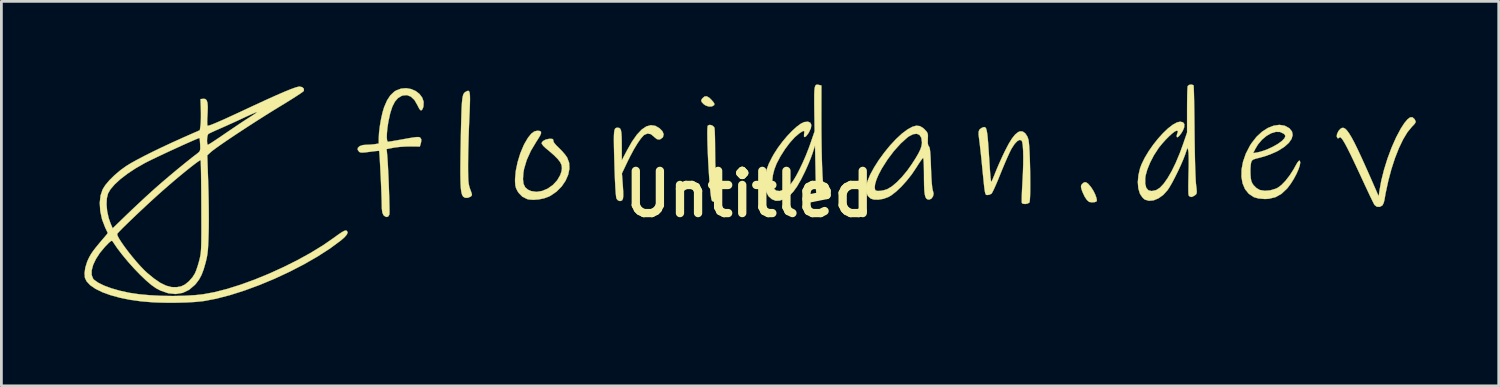
<source format=kicad_pcb>
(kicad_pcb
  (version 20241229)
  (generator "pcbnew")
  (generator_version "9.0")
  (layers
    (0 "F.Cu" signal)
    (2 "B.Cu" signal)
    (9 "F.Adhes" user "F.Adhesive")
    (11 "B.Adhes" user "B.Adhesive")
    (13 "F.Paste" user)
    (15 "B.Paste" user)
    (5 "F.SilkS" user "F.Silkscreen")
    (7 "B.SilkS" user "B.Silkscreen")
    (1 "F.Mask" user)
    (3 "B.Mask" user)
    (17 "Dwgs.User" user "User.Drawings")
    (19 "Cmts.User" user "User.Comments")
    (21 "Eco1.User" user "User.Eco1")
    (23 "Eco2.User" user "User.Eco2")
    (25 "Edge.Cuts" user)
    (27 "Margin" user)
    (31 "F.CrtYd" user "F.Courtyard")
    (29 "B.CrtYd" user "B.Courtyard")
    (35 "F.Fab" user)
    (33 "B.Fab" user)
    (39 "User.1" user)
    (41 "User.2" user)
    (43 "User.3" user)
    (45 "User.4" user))
  (footprint "Untitled"
    (layer "F.Cu")
    (at 24.025 3.96)
    (property "Reference" "Untitled" (at 0 0 0) (layer "F.SilkS") (effects (font (size 1.524 1.524) (thickness 0.3))))
    (attr through_hole)
    (fp_poly (pts (xy -1.444 -3.477) (xy -1.372 -3.408) (xy -1.292 -3.317) (xy -1.259 -3.257) (xy -1.267 -3.215) (xy -1.273 -3.208) (xy -1.352 -3.163) (xy -1.463 -3.161) (xy -1.578 -3.199) (xy -1.646 -3.246) (xy -1.718 -3.322) (xy -1.737 -3.378) (xy -1.709 -3.438) (xy -1.696 -3.453) (xy -1.618 -3.523) (xy -1.538 -3.531) (xy -1.444 -3.477)) (stroke (width 0.01) (type solid)) (fill yes) (layer "F.SilkS"))
    (fp_poly (pts (xy 12.244 -0.372) (xy 12.34 -0.26) (xy 12.363 -0.229) (xy 12.437 -0.112) (xy 12.5 0.015) (xy 12.543 0.133) (xy 12.561 0.225) (xy 12.549 0.269) (xy 12.48 0.295) (xy 12.38 0.302) (xy 12.291 0.288) (xy 12.278 0.283) (xy 12.201 0.216) (xy 12.119 0.095) (xy 12.045 -0.064) (xy 12.011 -0.156) (xy 11.987 -0.253) (xy 11.994 -0.314) (xy 12.031 -0.365) (xy 12.099 -0.421) (xy 12.167 -0.424) (xy 12.244 -0.372)) (stroke (width 0.01) (type solid)) (fill yes) (layer "F.SilkS"))
    (fp_poly (pts (xy -1.343 -2.479) (xy -1.275 -2.424) (xy -1.257 -2.386) (xy -1.25 -2.326) (xy -1.244 -2.206) (xy -1.239 -2.037) (xy -1.236 -1.833) (xy -1.234 -1.604) (xy -1.234 -1.543) (xy -1.229 -1.137) (xy -1.213 -0.764) (xy -1.189 -0.439) (xy -1.174 -0.304) (xy -1.154 -0.121) (xy -1.139 0.038) (xy -1.133 0.16) (xy -1.135 0.227) (xy -1.137 0.232) (xy -1.187 0.28) (xy -1.264 0.288) (xy -1.334 0.259) (xy -1.36 0.221) (xy -1.378 0.133) (xy -1.397 -0.012) (xy -1.417 -0.202) (xy -1.436 -0.429) (xy -1.454 -0.682) (xy -1.471 -0.951) (xy -1.486 -1.226) (xy -1.498 -1.496) (xy -1.508 -1.753) (xy -1.514 -1.985) (xy -1.516 -2.184) (xy -1.514 -2.338) (xy -1.507 -2.438) (xy -1.497 -2.473) (xy -1.427 -2.499) (xy -1.343 -2.479)) (stroke (width 0.01) (type solid)) (fill yes) (layer "F.SilkS"))
    (fp_poly (pts (xy -10.121 -3.707) (xy -10.104 -3.655) (xy -10.094 -3.565) (xy -10.091 -3.43) (xy -10.095 -3.243) (xy -10.104 -2.998) (xy -10.117 -2.694) (xy -10.13 -2.388) (xy -10.141 -2.061) (xy -10.15 -1.734) (xy -10.157 -1.428) (xy -10.16 -1.163) (xy -10.161 -1.046) (xy -10.16 -0.802) (xy -10.156 -0.616) (xy -10.15 -0.477) (xy -10.138 -0.372) (xy -10.121 -0.286) (xy -10.097 -0.207) (xy -10.081 -0.162) (xy -10.038 -0.047) (xy -10.021 0.02) (xy -10.03 0.059) (xy -10.062 0.09) (xy -10.069 0.095) (xy -10.171 0.139) (xy -10.273 0.136) (xy -10.337 0.096) (xy -10.366 0.052) (xy -10.389 -0.009) (xy -10.408 -0.094) (xy -10.422 -0.207) (xy -10.432 -0.356) (xy -10.437 -0.547) (xy -10.44 -0.784) (xy -10.438 -1.076) (xy -10.434 -1.426) (xy -10.426 -1.842) (xy -10.425 -1.923) (xy -10.417 -2.318) (xy -10.409 -2.646) (xy -10.401 -2.915) (xy -10.393 -3.131) (xy -10.382 -3.3) (xy -10.37 -3.428) (xy -10.354 -3.523) (xy -10.335 -3.59) (xy -10.311 -3.637) (xy -10.282 -3.669) (xy -10.248 -3.693) (xy -10.228 -3.704) (xy -10.183 -3.724) (xy -10.147 -3.728) (xy -10.121 -3.707)) (stroke (width 0.01) (type solid)) (fill yes) (layer "F.SilkS"))
    (fp_poly (pts (xy -3.393 -2.462) (xy -3.25 -2.381) (xy -3.139 -2.271) (xy -3.094 -2.162) (xy -3.117 -2.061) (xy -3.14 -2.031) (xy -3.233 -1.968) (xy -3.331 -1.978) (xy -3.434 -2.059) (xy -3.446 -2.073) (xy -3.557 -2.163) (xy -3.676 -2.185) (xy -3.792 -2.137) (xy -3.816 -2.118) (xy -3.917 -2.005) (xy -4.037 -1.833) (xy -4.169 -1.614) (xy -4.307 -1.356) (xy -4.393 -1.183) (xy -4.602 -0.744) (xy -4.568 -0.295) (xy -4.555 -0.082) (xy -4.553 0.068) (xy -4.564 0.167) (xy -4.591 0.224) (xy -4.636 0.249) (xy -4.684 0.254) (xy -4.751 0.225) (xy -4.795 0.172) (xy -4.81 0.108) (xy -4.825 -0.027) (xy -4.839 -0.233) (xy -4.853 -0.511) (xy -4.866 -0.86) (xy -4.873 -1.097) (xy -4.883 -1.438) (xy -4.889 -1.714) (xy -4.892 -1.93) (xy -4.891 -2.096) (xy -4.884 -2.216) (xy -4.872 -2.299) (xy -4.853 -2.352) (xy -4.828 -2.38) (xy -4.794 -2.393) (xy -4.756 -2.395) (xy -4.703 -2.388) (xy -4.663 -2.36) (xy -4.637 -2.302) (xy -4.62 -2.204) (xy -4.611 -2.056) (xy -4.607 -1.848) (xy -4.607 -1.762) (xy -4.606 -1.216) (xy -4.426 -1.56) (xy -4.24 -1.888) (xy -4.061 -2.143) (xy -3.887 -2.328) (xy -3.719 -2.442) (xy -3.554 -2.487) (xy -3.393 -2.462)) (stroke (width 0.01) (type solid)) (fill yes) (layer "F.SilkS"))
    (fp_poly (pts (xy 24.036 -2.71) (xy 24.053 -2.683) (xy 24.078 -2.629) (xy 24.076 -2.583) (xy 24.039 -2.528) (xy 23.959 -2.444) (xy 23.944 -2.428) (xy 23.785 -2.235) (xy 23.629 -1.977) (xy 23.478 -1.664) (xy 23.336 -1.304) (xy 23.206 -0.905) (xy 23.092 -0.477) (xy 22.995 -0.028) (xy 22.951 0.226) (xy 22.922 0.33) (xy 22.88 0.41) (xy 22.874 0.416) (xy 22.78 0.466) (xy 22.677 0.459) (xy 22.594 0.396) (xy 22.591 0.39) (xy 22.561 0.335) (xy 22.506 0.224) (xy 22.43 0.067) (xy 22.34 -0.124) (xy 22.239 -0.339) (xy 22.178 -0.472) (xy 21.999 -0.857) (xy 21.847 -1.18) (xy 21.72 -1.445) (xy 21.614 -1.656) (xy 21.528 -1.818) (xy 21.46 -1.933) (xy 21.407 -2.008) (xy 21.366 -2.046) (xy 21.336 -2.05) (xy 21.319 -2.033) (xy 21.275 -2.01) (xy 21.261 -2.015) (xy 21.229 -2.073) (xy 21.239 -2.165) (xy 21.288 -2.268) (xy 21.312 -2.301) (xy 21.364 -2.356) (xy 21.416 -2.387) (xy 21.47 -2.39) (xy 21.53 -2.363) (xy 21.596 -2.299) (xy 21.672 -2.197) (xy 21.76 -2.053) (xy 21.863 -1.862) (xy 21.982 -1.62) (xy 22.12 -1.325) (xy 22.28 -0.972) (xy 22.464 -0.558) (xy 22.572 -0.311) (xy 22.745 0.085) (xy 22.769 -0.094) (xy 22.837 -0.476) (xy 22.938 -0.879) (xy 23.065 -1.285) (xy 23.212 -1.679) (xy 23.374 -2.044) (xy 23.545 -2.365) (xy 23.67 -2.558) (xy 23.785 -2.698) (xy 23.882 -2.77) (xy 23.965 -2.773) (xy 24.036 -2.71)) (stroke (width 0.01) (type solid)) (fill yes) (layer "F.SilkS"))
    (fp_poly (pts (xy -7.572 -2.278) (xy -7.526 -2.25) (xy -7.524 -2.192) (xy -7.565 -2.097) (xy -7.651 -1.957) (xy -7.694 -1.892) (xy -7.892 -1.56) (xy -8.042 -1.227) (xy -8.137 -0.908) (xy -8.161 -0.768) (xy -8.177 -0.54) (xy -8.157 -0.368) (xy -8.097 -0.242) (xy -7.993 -0.154) (xy -7.882 -0.106) (xy -7.687 -0.077) (xy -7.483 -0.11) (xy -7.282 -0.195) (xy -7.098 -0.325) (xy -6.943 -0.491) (xy -6.83 -0.684) (xy -6.783 -0.826) (xy -6.769 -0.938) (xy -6.783 -1.043) (xy -6.831 -1.149) (xy -6.92 -1.265) (xy -7.055 -1.4) (xy -7.242 -1.563) (xy -7.343 -1.645) (xy -7.441 -1.736) (xy -7.496 -1.81) (xy -7.504 -1.844) (xy -7.457 -1.911) (xy -7.36 -1.965) (xy -7.235 -1.993) (xy -7.191 -1.995) (xy -7.109 -1.988) (xy -7.081 -1.957) (xy -7.082 -1.929) (xy -7.06 -1.862) (xy -6.978 -1.762) (xy -6.884 -1.67) (xy -6.766 -1.552) (xy -6.658 -1.427) (xy -6.582 -1.32) (xy -6.58 -1.318) (xy -6.509 -1.128) (xy -6.498 -0.917) (xy -6.543 -0.697) (xy -6.638 -0.479) (xy -6.779 -0.272) (xy -6.961 -0.089) (xy -7.179 0.061) (xy -7.239 0.092) (xy -7.409 0.155) (xy -7.606 0.196) (xy -7.803 0.211) (xy -7.972 0.198) (xy -8.022 0.185) (xy -8.2 0.097) (xy -8.335 -0.042) (xy -8.381 -0.116) (xy -8.429 -0.214) (xy -8.454 -0.317) (xy -8.463 -0.449) (xy -8.463 -0.542) (xy -8.437 -0.833) (xy -8.371 -1.151) (xy -8.273 -1.47) (xy -8.151 -1.761) (xy -8.121 -1.82) (xy -7.995 -2.033) (xy -7.878 -2.178) (xy -7.767 -2.261) (xy -7.661 -2.286) (xy -7.572 -2.278)) (stroke (width 0.01) (type solid)) (fill yes) (layer "F.SilkS"))
    (fp_poly (pts (xy 19.347 -2.468) (xy 19.514 -2.378) (xy 19.523 -2.37) (xy 19.613 -2.256) (xy 19.636 -2.128) (xy 19.596 -1.989) (xy 19.496 -1.847) (xy 19.339 -1.706) (xy 19.128 -1.571) (xy 19.034 -1.523) (xy 18.855 -1.445) (xy 18.654 -1.372) (xy 18.471 -1.318) (xy 18.453 -1.313) (xy 18.31 -1.278) (xy 18.222 -1.249) (xy 18.172 -1.216) (xy 18.146 -1.17) (xy 18.132 -1.122) (xy 18.118 -1.023) (xy 18.11 -0.882) (xy 18.112 -0.729) (xy 18.112 -0.723) (xy 18.123 -0.569) (xy 18.144 -0.463) (xy 18.181 -0.38) (xy 18.224 -0.318) (xy 18.326 -0.217) (xy 18.443 -0.148) (xy 18.456 -0.144) (xy 18.633 -0.116) (xy 18.834 -0.134) (xy 19.029 -0.193) (xy 19.096 -0.225) (xy 19.232 -0.326) (xy 19.381 -0.481) (xy 19.531 -0.674) (xy 19.671 -0.893) (xy 19.723 -0.988) (xy 19.799 -1.122) (xy 19.853 -1.193) (xy 19.889 -1.206) (xy 19.894 -1.202) (xy 19.911 -1.138) (xy 19.892 -1.027) (xy 19.843 -0.882) (xy 19.769 -0.717) (xy 19.676 -0.544) (xy 19.57 -0.376) (xy 19.458 -0.225) (xy 19.431 -0.193) (xy 19.231 -0.005) (xy 19.016 0.115) (xy 18.775 0.173) (xy 18.635 0.181) (xy 18.402 0.162) (xy 18.233 0.114) (xy 18.052 -0.006) (xy 17.916 -0.174) (xy 17.827 -0.382) (xy 17.785 -0.622) (xy 17.79 -0.887) (xy 17.843 -1.167) (xy 17.943 -1.456) (xy 17.954 -1.477) (xy 18.209 -1.477) (xy 18.361 -1.502) (xy 18.477 -1.53) (xy 18.624 -1.577) (xy 18.735 -1.62) (xy 18.936 -1.715) (xy 19.113 -1.817) (xy 19.251 -1.919) (xy 19.337 -2.01) (xy 19.346 -2.025) (xy 19.372 -2.093) (xy 19.351 -2.143) (xy 19.308 -2.181) (xy 19.179 -2.242) (xy 19.026 -2.245) (xy 18.859 -2.195) (xy 18.689 -2.098) (xy 18.526 -1.961) (xy 18.381 -1.788) (xy 18.287 -1.631) (xy 18.209 -1.477) (xy 17.954 -1.477) (xy 18.092 -1.745) (xy 18.153 -1.84) (xy 18.332 -2.068) (xy 18.53 -2.251) (xy 18.74 -2.386) (xy 18.951 -2.469) (xy 19.157 -2.498) (xy 19.347 -2.468)) (stroke (width 0.01) (type solid)) (fill yes) (layer "F.SilkS"))
    (fp_poly (pts (xy 6.167 -2.453) (xy 6.289 -2.378) (xy 6.334 -2.336) (xy 6.406 -2.259) (xy 6.444 -2.195) (xy 6.457 -2.116) (xy 6.453 -1.995) (xy 6.453 -1.982) (xy 6.451 -1.839) (xy 6.467 -1.753) (xy 6.492 -1.72) (xy 6.511 -1.689) (xy 6.526 -1.624) (xy 6.539 -1.518) (xy 6.55 -1.36) (xy 6.56 -1.145) (xy 6.567 -0.94) (xy 6.579 -0.641) (xy 6.594 -0.406) (xy 6.611 -0.236) (xy 6.629 -0.135) (xy 6.637 -0.115) (xy 6.661 -0.014) (xy 6.64 0.085) (xy 6.585 0.164) (xy 6.507 0.203) (xy 6.446 0.196) (xy 6.401 0.167) (xy 6.367 0.111) (xy 6.343 0.019) (xy 6.327 -0.115) (xy 6.318 -0.302) (xy 6.314 -0.55) (xy 6.314 -0.655) (xy 6.312 -0.863) (xy 6.308 -1.044) (xy 6.301 -1.186) (xy 6.292 -1.277) (xy 6.283 -1.306) (xy 6.254 -1.277) (xy 6.195 -1.198) (xy 6.116 -1.081) (xy 6.024 -0.937) (xy 6.023 -0.934) (xy 5.865 -0.701) (xy 5.684 -0.474) (xy 5.495 -0.265) (xy 5.307 -0.087) (xy 5.133 0.048) (xy 5.028 0.109) (xy 4.85 0.174) (xy 4.668 0.205) (xy 4.504 0.202) (xy 4.387 0.165) (xy 4.283 0.067) (xy 4.225 -0.078) (xy 4.22 -0.228) (xy 4.532 -0.228) (xy 4.552 -0.143) (xy 4.56 -0.133) (xy 4.624 -0.111) (xy 4.733 -0.112) (xy 4.862 -0.135) (xy 4.987 -0.175) (xy 5.001 -0.182) (xy 5.158 -0.277) (xy 5.336 -0.428) (xy 5.523 -0.621) (xy 5.71 -0.847) (xy 5.863 -1.062) (xy 6.007 -1.285) (xy 6.111 -1.462) (xy 6.181 -1.605) (xy 6.222 -1.725) (xy 6.239 -1.833) (xy 6.24 -1.87) (xy 6.218 -2.029) (xy 6.154 -2.132) (xy 6.054 -2.176) (xy 5.924 -2.161) (xy 5.771 -2.084) (xy 5.709 -2.038) (xy 5.47 -1.822) (xy 5.228 -1.553) (xy 4.999 -1.25) (xy 4.796 -0.932) (xy 4.677 -0.709) (xy 4.597 -0.524) (xy 4.548 -0.36) (xy 4.532 -0.228) (xy 4.22 -0.228) (xy 4.219 -0.255) (xy 4.221 -0.269) (xy 4.273 -0.469) (xy 4.372 -0.703) (xy 4.512 -0.96) (xy 4.683 -1.228) (xy 4.878 -1.496) (xy 5.087 -1.752) (xy 5.304 -1.985) (xy 5.519 -2.184) (xy 5.712 -2.328) (xy 5.89 -2.428) (xy 6.038 -2.469) (xy 6.167 -2.453)) (stroke (width 0.01) (type solid)) (fill yes) (layer "F.SilkS"))
    (fp_poly (pts (xy 8.531 -2.405) (xy 8.558 -2.366) (xy 8.58 -2.293) (xy 8.599 -2.182) (xy 8.617 -2.024) (xy 8.634 -1.815) (xy 8.653 -1.547) (xy 8.674 -1.215) (xy 8.678 -1.152) (xy 8.692 -0.933) (xy 8.706 -0.741) (xy 8.72 -0.588) (xy 8.732 -0.483) (xy 8.741 -0.437) (xy 8.742 -0.436) (xy 8.763 -0.468) (xy 8.803 -0.553) (xy 8.854 -0.677) (xy 8.884 -0.754) (xy 8.948 -0.91) (xy 9.033 -1.107) (xy 9.129 -1.32) (xy 9.226 -1.525) (xy 9.234 -1.542) (xy 9.371 -1.806) (xy 9.493 -2.005) (xy 9.605 -2.146) (xy 9.711 -2.233) (xy 9.782 -2.264) (xy 9.88 -2.259) (xy 9.973 -2.193) (xy 10.049 -2.078) (xy 10.088 -1.968) (xy 10.102 -1.876) (xy 10.116 -1.729) (xy 10.127 -1.539) (xy 10.137 -1.317) (xy 10.144 -1.074) (xy 10.15 -0.821) (xy 10.153 -0.568) (xy 10.154 -0.328) (xy 10.153 -0.111) (xy 10.148 0.073) (xy 10.14 0.211) (xy 10.13 0.293) (xy 10.123 0.309) (xy 10.058 0.347) (xy 9.968 0.362) (xy 9.886 0.351) (xy 9.851 0.326) (xy 9.846 0.28) (xy 9.846 0.173) (xy 9.85 0.017) (xy 9.858 -0.176) (xy 9.87 -0.394) (xy 9.871 -0.415) (xy 9.889 -0.758) (xy 9.899 -1.072) (xy 9.901 -1.348) (xy 9.896 -1.579) (xy 9.883 -1.759) (xy 9.863 -1.88) (xy 9.84 -1.931) (xy 9.772 -1.955) (xy 9.688 -1.913) (xy 9.591 -1.812) (xy 9.487 -1.654) (xy 9.465 -1.615) (xy 9.407 -1.498) (xy 9.33 -1.329) (xy 9.241 -1.126) (xy 9.148 -0.904) (xy 9.068 -0.708) (xy 8.985 -0.502) (xy 8.906 -0.318) (xy 8.838 -0.167) (xy 8.785 -0.061) (xy 8.753 -0.01) (xy 8.752 -0.009) (xy 8.669 0.028) (xy 8.613 0.036) (xy 8.584 0.036) (xy 8.562 0.03) (xy 8.543 0.01) (xy 8.527 -0.031) (xy 8.512 -0.102) (xy 8.496 -0.209) (xy 8.479 -0.362) (xy 8.458 -0.568) (xy 8.431 -0.834) (xy 8.417 -0.98) (xy 8.393 -1.227) (xy 8.368 -1.464) (xy 8.344 -1.678) (xy 8.324 -1.852) (xy 8.308 -1.973) (xy 8.306 -1.99) (xy 8.286 -2.153) (xy 8.291 -2.262) (xy 8.323 -2.333) (xy 8.387 -2.381) (xy 8.408 -2.392) (xy 8.457 -2.412) (xy 8.498 -2.418) (xy 8.531 -2.405)) (stroke (width 0.01) (type solid)) (fill yes) (layer "F.SilkS"))
    (fp_poly (pts (xy 2.502 -3.945) (xy 2.517 -3.942) (xy 2.608 -3.919) (xy 2.606 -2.622) (xy 2.607 -2.285) (xy 2.611 -1.939) (xy 2.616 -1.599) (xy 2.623 -1.279) (xy 2.632 -0.994) (xy 2.642 -0.759) (xy 2.647 -0.659) (xy 2.662 -0.423) (xy 2.671 -0.25) (xy 2.674 -0.127) (xy 2.672 -0.046) (xy 2.662 0.005) (xy 2.646 0.036) (xy 2.624 0.058) (xy 2.54 0.095) (xy 2.486 0.099) (xy 2.463 0.094) (xy 2.446 0.078) (xy 2.432 0.043) (xy 2.422 -0.019) (xy 2.414 -0.117) (xy 2.408 -0.259) (xy 2.403 -0.454) (xy 2.397 -0.709) (xy 2.395 -0.832) (xy 2.377 -1.754) (xy 2.291 -1.485) (xy 2.239 -1.339) (xy 2.166 -1.155) (xy 2.081 -0.958) (xy 2.014 -0.811) (xy 1.864 -0.51) (xy 1.726 -0.272) (xy 1.594 -0.088) (xy 1.462 0.05) (xy 1.323 0.149) (xy 1.252 0.186) (xy 1.089 0.242) (xy 0.951 0.243) (xy 0.819 0.189) (xy 0.814 0.186) (xy 0.694 0.079) (xy 0.615 -0.071) (xy 0.575 -0.274) (xy 0.568 -0.454) (xy 0.582 -0.671) (xy 0.626 -0.878) (xy 0.706 -1.092) (xy 0.827 -1.332) (xy 0.895 -1.452) (xy 1.036 -1.671) (xy 1.198 -1.888) (xy 1.371 -2.094) (xy 1.546 -2.278) (xy 1.713 -2.43) (xy 1.862 -2.54) (xy 1.984 -2.599) (xy 1.987 -2.599) (xy 2.121 -2.613) (xy 2.207 -2.576) (xy 2.243 -2.495) (xy 2.226 -2.375) (xy 2.154 -2.223) (xy 2.14 -2.2) (xy 2.065 -2.098) (xy 2.009 -2.056) (xy 1.979 -2.074) (xy 1.979 -2.154) (xy 1.983 -2.179) (xy 1.992 -2.254) (xy 1.97 -2.28) (xy 1.911 -2.258) (xy 1.814 -2.195) (xy 1.646 -2.053) (xy 1.468 -1.856) (xy 1.291 -1.62) (xy 1.125 -1.359) (xy 0.99 -1.103) (xy 0.908 -0.893) (xy 0.854 -0.681) (xy 0.832 -0.483) (xy 0.843 -0.315) (xy 0.885 -0.2) (xy 0.973 -0.123) (xy 1.09 -0.106) (xy 1.227 -0.146) (xy 1.375 -0.242) (xy 1.504 -0.366) (xy 1.592 -0.484) (xy 1.696 -0.658) (xy 1.81 -0.875) (xy 1.928 -1.122) (xy 2.043 -1.385) (xy 2.148 -1.652) (xy 2.212 -1.83) (xy 2.361 -2.264) (xy 2.35 -3.071) (xy 2.348 -3.352) (xy 2.348 -3.568) (xy 2.353 -3.727) (xy 2.365 -3.837) (xy 2.384 -3.906) (xy 2.412 -3.942) (xy 2.451 -3.952) (xy 2.502 -3.945)) (stroke (width 0.01) (type solid)) (fill yes) (layer "F.SilkS"))
    (fp_poly (pts (xy -12.217 -3.792) (xy -12.053 -3.72) (xy -11.917 -3.615) (xy -11.818 -3.483) (xy -11.766 -3.331) (xy -11.773 -3.166) (xy -11.792 -3.105) (xy -11.831 -3.032) (xy -11.874 -3.022) (xy -11.924 -3.078) (xy -11.987 -3.202) (xy -11.988 -3.205) (xy -12.096 -3.393) (xy -12.224 -3.516) (xy -12.367 -3.573) (xy -12.521 -3.559) (xy -12.563 -3.544) (xy -12.695 -3.464) (xy -12.805 -3.337) (xy -12.897 -3.158) (xy -12.974 -2.92) (xy -13.04 -2.617) (xy -13.045 -2.588) (xy -13.077 -2.375) (xy -13.094 -2.188) (xy -13.098 -2.037) (xy -13.087 -1.933) (xy -13.062 -1.888) (xy -13.055 -1.887) (xy -13.006 -1.893) (xy -12.899 -1.91) (xy -12.748 -1.936) (xy -12.566 -1.968) (xy -12.474 -1.985) (xy -12.265 -2.022) (xy -12.114 -2.046) (xy -12.012 -2.058) (xy -11.947 -2.058) (xy -11.906 -2.046) (xy -11.884 -2.03) (xy -11.851 -1.974) (xy -11.855 -1.894) (xy -11.866 -1.845) (xy -11.903 -1.715) (xy -12.238 -1.719) (xy -12.429 -1.715) (xy -12.632 -1.701) (xy -12.809 -1.68) (xy -12.839 -1.675) (xy -13.104 -1.625) (xy -13.083 -1.402) (xy -13.072 -1.259) (xy -13.06 -1.07) (xy -13.049 -0.849) (xy -13.037 -0.607) (xy -13.027 -0.354) (xy -13.018 -0.103) (xy -13.01 0.136) (xy -13.005 0.351) (xy -13.001 0.53) (xy -13.001 0.663) (xy -13.004 0.737) (xy -13.006 0.746) (xy -13.05 0.817) (xy -13.12 0.831) (xy -13.197 0.786) (xy -13.224 0.754) (xy -13.26 0.664) (xy -13.278 0.518) (xy -13.28 0.4) (xy -13.282 0.286) (xy -13.287 0.125) (xy -13.294 -0.072) (xy -13.303 -0.292) (xy -13.313 -0.525) (xy -13.325 -0.759) (xy -13.336 -0.983) (xy -13.347 -1.185) (xy -13.357 -1.354) (xy -13.366 -1.479) (xy -13.373 -1.547) (xy -13.376 -1.557) (xy -13.415 -1.558) (xy -13.509 -1.55) (xy -13.641 -1.534) (xy -13.714 -1.524) (xy -13.879 -1.503) (xy -13.988 -1.496) (xy -14.055 -1.503) (xy -14.096 -1.523) (xy -14.151 -1.599) (xy -14.142 -1.67) (xy -14.076 -1.73) (xy -13.963 -1.768) (xy -13.849 -1.778) (xy -13.708 -1.783) (xy -13.571 -1.795) (xy -13.525 -1.801) (xy -13.389 -1.824) (xy -13.389 -2.01) (xy -13.378 -2.217) (xy -13.348 -2.461) (xy -13.304 -2.715) (xy -13.251 -2.951) (xy -13.196 -3.133) (xy -13.09 -3.379) (xy -12.97 -3.564) (xy -12.83 -3.696) (xy -12.763 -3.739) (xy -12.582 -3.808) (xy -12.396 -3.824) (xy -12.217 -3.792)) (stroke (width 0.01) (type solid)) (fill yes) (layer "F.SilkS"))
    (fp_poly (pts (xy 16.039 -3.937) (xy 16.056 -3.92) (xy 16.06 -3.878) (xy 16.065 -3.77) (xy 16.07 -3.605) (xy 16.075 -3.39) (xy 16.08 -3.132) (xy 16.084 -2.84) (xy 16.088 -2.519) (xy 16.09 -2.278) (xy 16.094 -1.914) (xy 16.1 -1.566) (xy 16.106 -1.243) (xy 16.114 -0.954) (xy 16.123 -0.707) (xy 16.132 -0.512) (xy 16.141 -0.378) (xy 16.145 -0.345) (xy 16.164 -0.189) (xy 16.171 -0.09) (xy 16.166 -0.028) (xy 16.146 0.011) (xy 16.11 0.044) (xy 16.108 0.045) (xy 16.027 0.093) (xy 15.966 0.109) (xy 15.899 0.079) (xy 15.876 0.045) (xy 15.87 -0.009) (xy 15.866 -0.124) (xy 15.865 -0.287) (xy 15.868 -0.486) (xy 15.873 -0.707) (xy 15.873 -0.726) (xy 15.879 -0.954) (xy 15.881 -1.164) (xy 15.879 -1.344) (xy 15.874 -1.478) (xy 15.867 -1.555) (xy 15.866 -1.556) (xy 15.837 -1.679) (xy 15.752 -1.429) (xy 15.686 -1.256) (xy 15.597 -1.05) (xy 15.494 -0.828) (xy 15.385 -0.608) (xy 15.279 -0.406) (xy 15.183 -0.24) (xy 15.114 -0.137) (xy 14.959 0.034) (xy 14.787 0.157) (xy 14.611 0.23) (xy 14.442 0.246) (xy 14.292 0.201) (xy 14.291 0.201) (xy 14.218 0.136) (xy 14.144 0.034) (xy 14.114 -0.02) (xy 14.058 -0.205) (xy 14.041 -0.431) (xy 14.063 -0.679) (xy 14.122 -0.929) (xy 14.174 -1.07) (xy 14.289 -1.305) (xy 14.432 -1.544) (xy 14.596 -1.779) (xy 14.773 -2.001) (xy 14.954 -2.201) (xy 15.133 -2.371) (xy 15.302 -2.502) (xy 15.452 -2.585) (xy 15.569 -2.613) (xy 15.675 -2.59) (xy 15.723 -2.523) (xy 15.716 -2.41) (xy 15.712 -2.397) (xy 15.673 -2.3) (xy 15.614 -2.199) (xy 15.549 -2.113) (xy 15.491 -2.058) (xy 15.457 -2.051) (xy 15.443 -2.097) (xy 15.459 -2.163) (xy 15.488 -2.244) (xy 15.486 -2.278) (xy 15.449 -2.286) (xy 15.437 -2.286) (xy 15.378 -2.26) (xy 15.285 -2.189) (xy 15.17 -2.085) (xy 15.045 -1.959) (xy 14.923 -1.823) (xy 14.814 -1.69) (xy 14.784 -1.648) (xy 14.623 -1.4) (xy 14.488 -1.141) (xy 14.385 -0.89) (xy 14.322 -0.665) (xy 14.31 -0.578) (xy 14.308 -0.37) (xy 14.346 -0.222) (xy 14.424 -0.133) (xy 14.542 -0.106) (xy 14.699 -0.139) (xy 14.71 -0.144) (xy 14.837 -0.224) (xy 14.975 -0.37) (xy 15.119 -0.574) (xy 15.267 -0.831) (xy 15.415 -1.135) (xy 15.559 -1.479) (xy 15.673 -1.791) (xy 15.821 -2.221) (xy 15.821 -3.031) (xy 15.822 -3.269) (xy 15.824 -3.484) (xy 15.828 -3.666) (xy 15.834 -3.803) (xy 15.84 -3.883) (xy 15.843 -3.898) (xy 15.891 -3.94) (xy 15.969 -3.955) (xy 16.039 -3.937)) (stroke (width 0.01) (type solid)) (fill yes) (layer "F.SilkS"))
    (fp_poly (pts (xy -16.155 -3.861) (xy -16.097 -3.806) (xy -16.094 -3.734) (xy -16.1 -3.721) (xy -16.139 -3.688) (xy -16.231 -3.623) (xy -16.369 -3.533) (xy -16.543 -3.422) (xy -16.745 -3.296) (xy -16.947 -3.173) (xy -17.209 -3.013) (xy -17.489 -2.838) (xy -17.778 -2.655) (xy -18.069 -2.468) (xy -18.353 -2.283) (xy -18.622 -2.105) (xy -18.869 -1.939) (xy -19.084 -1.791) (xy -19.261 -1.666) (xy -19.391 -1.57) (xy -19.456 -1.516) (xy -19.585 -1.397) (xy -19.551 -0.399) (xy -19.542 -0.083) (xy -19.535 0.259) (xy -19.531 0.606) (xy -19.53 0.935) (xy -19.532 1.225) (xy -19.535 1.361) (xy -19.543 1.633) (xy -19.552 1.848) (xy -19.563 2.02) (xy -19.579 2.162) (xy -19.601 2.29) (xy -19.63 2.419) (xy -19.643 2.471) (xy -19.716 2.725) (xy -19.792 2.924) (xy -19.88 3.088) (xy -19.99 3.235) (xy -20.035 3.286) (xy -20.243 3.463) (xy -20.474 3.573) (xy -20.724 3.614) (xy -20.991 3.588) (xy -21.269 3.493) (xy -21.432 3.408) (xy -21.596 3.294) (xy -21.789 3.13) (xy -22.001 2.928) (xy -22.223 2.699) (xy -22.443 2.453) (xy -22.652 2.202) (xy -22.84 1.956) (xy -22.995 1.728) (xy -23.009 1.705) (xy -23.034 1.689) (xy -23.077 1.708) (xy -23.147 1.769) (xy -23.252 1.877) (xy -23.279 1.905) (xy -23.465 2.128) (xy -23.609 2.35) (xy -23.709 2.561) (xy -23.761 2.755) (xy -23.764 2.922) (xy -23.714 3.055) (xy -23.675 3.101) (xy -23.526 3.206) (xy -23.315 3.31) (xy -23.052 3.407) (xy -22.747 3.495) (xy -22.41 3.569) (xy -22.397 3.571) (xy -22.061 3.621) (xy -21.673 3.657) (xy -21.255 3.679) (xy -20.826 3.686) (xy -20.405 3.677) (xy -20.014 3.654) (xy -19.739 3.624) (xy -19.326 3.548) (xy -18.869 3.431) (xy -18.379 3.277) (xy -17.868 3.091) (xy -17.348 2.878) (xy -16.83 2.642) (xy -16.325 2.39) (xy -15.845 2.125) (xy -15.401 1.853) (xy -15.022 1.591) (xy -14.85 1.466) (xy -14.725 1.382) (xy -14.638 1.335) (xy -14.581 1.318) (xy -14.55 1.325) (xy -14.512 1.381) (xy -14.539 1.462) (xy -14.631 1.569) (xy -14.759 1.68) (xy -15.154 1.972) (xy -15.602 2.26) (xy -16.092 2.541) (xy -16.613 2.81) (xy -17.152 3.061) (xy -17.699 3.289) (xy -18.24 3.488) (xy -18.766 3.655) (xy -19.263 3.784) (xy -19.721 3.87) (xy -19.794 3.879) (xy -20.035 3.902) (xy -20.328 3.919) (xy -20.655 3.928) (xy -20.996 3.93) (xy -21.331 3.923) (xy -21.536 3.915) (xy -21.965 3.88) (xy -22.37 3.824) (xy -22.744 3.748) (xy -23.082 3.655) (xy -23.378 3.548) (xy -23.624 3.427) (xy -23.816 3.295) (xy -23.947 3.155) (xy -24.007 3.027) (xy -24.02 2.858) (xy -23.991 2.656) (xy -23.923 2.44) (xy -23.885 2.355) (xy -23.835 2.255) (xy -23.779 2.16) (xy -23.709 2.058) (xy -23.617 1.938) (xy -23.494 1.788) (xy -23.332 1.596) (xy -23.318 1.58) (xy -23.2 1.441) (xy -22.84 1.441) (xy -22.83 1.5) (xy -22.778 1.603) (xy -22.691 1.74) (xy -22.578 1.902) (xy -22.445 2.08) (xy -22.299 2.263) (xy -22.149 2.443) (xy -22 2.61) (xy -21.861 2.754) (xy -21.768 2.842) (xy -21.508 3.056) (xy -21.279 3.212) (xy -21.071 3.313) (xy -20.876 3.364) (xy -20.686 3.367) (xy -20.526 3.336) (xy -20.391 3.27) (xy -20.249 3.155) (xy -20.119 3.008) (xy -20.031 2.868) (xy -19.987 2.764) (xy -19.936 2.616) (xy -19.888 2.452) (xy -19.875 2.404) (xy -19.856 2.327) (xy -19.84 2.253) (xy -19.827 2.177) (xy -19.817 2.09) (xy -19.809 1.984) (xy -19.804 1.853) (xy -19.801 1.689) (xy -19.799 1.483) (xy -19.798 1.23) (xy -19.799 0.921) (xy -19.8 0.549) (xy -19.8 0.441) (xy -19.802 0.103) (xy -19.804 -0.213) (xy -19.807 -0.499) (xy -19.81 -0.747) (xy -19.814 -0.951) (xy -19.818 -1.103) (xy -19.822 -1.196) (xy -19.825 -1.222) (xy -19.861 -1.209) (xy -19.944 -1.154) (xy -20.066 -1.063) (xy -20.222 -0.941) (xy -20.403 -0.796) (xy -20.602 -0.632) (xy -20.811 -0.456) (xy -21.024 -0.273) (xy -21.233 -0.09) (xy -21.372 0.034) (xy -21.569 0.213) (xy -21.773 0.401) (xy -21.979 0.593) (xy -22.178 0.781) (xy -22.363 0.958) (xy -22.528 1.118) (xy -22.665 1.253) (xy -22.767 1.358) (xy -22.827 1.423) (xy -22.84 1.441) (xy -23.2 1.441) (xy -23.178 1.415) (xy -23.274 1.212) (xy -23.387 0.918) (xy -23.452 0.617) (xy -23.467 0.378) (xy -23.225 0.378) (xy -23.203 0.621) (xy -23.149 0.867) (xy -23.078 1.069) (xy -23.004 1.241) (xy -22.498 0.751) (xy -22.292 0.554) (xy -22.058 0.335) (xy -21.819 0.112) (xy -21.596 -0.091) (xy -21.489 -0.187) (xy -21.243 -0.403) (xy -20.967 -0.638) (xy -20.679 -0.879) (xy -20.397 -1.109) (xy -20.137 -1.317) (xy -19.956 -1.456) (xy -19.888 -1.511) (xy -19.852 -1.561) (xy -19.839 -1.631) (xy -19.84 -1.742) (xy -19.842 -1.782) (xy -19.85 -1.903) (xy -19.852 -1.928) (xy -19.594 -1.928) (xy -19.589 -1.838) (xy -19.572 -1.784) (xy -19.562 -1.778) (xy -19.523 -1.798) (xy -19.434 -1.852) (xy -19.306 -1.936) (xy -19.149 -2.041) (xy -18.973 -2.161) (xy -18.768 -2.301) (xy -18.557 -2.443) (xy -18.359 -2.576) (xy -18.189 -2.687) (xy -18.098 -2.745) (xy -17.967 -2.829) (xy -17.861 -2.899) (xy -17.796 -2.945) (xy -17.78 -2.959) (xy -17.804 -2.957) (xy -17.877 -2.929) (xy -18.003 -2.875) (xy -18.187 -2.792) (xy -18.432 -2.678) (xy -18.443 -2.673) (xy -18.642 -2.581) (xy -18.868 -2.479) (xy -19.082 -2.384) (xy -19.15 -2.354) (xy -19.301 -2.288) (xy -19.429 -2.229) (xy -19.518 -2.185) (xy -19.549 -2.167) (xy -19.573 -2.117) (xy -19.589 -2.029) (xy -19.594 -1.928) (xy -19.852 -1.928) (xy -19.858 -1.991) (xy -19.865 -2.024) (xy -19.901 -2.014) (xy -19.992 -1.977) (xy -20.13 -1.918) (xy -20.304 -1.841) (xy -20.505 -1.751) (xy -20.723 -1.651) (xy -20.948 -1.548) (xy -21.171 -1.444) (xy -21.381 -1.344) (xy -21.57 -1.254) (xy -21.727 -1.177) (xy -21.843 -1.118) (xy -21.844 -1.117) (xy -22.171 -0.93) (xy -22.466 -0.735) (xy -22.721 -0.54) (xy -22.929 -0.349) (xy -23.083 -0.17) (xy -23.17 -0.021) (xy -23.214 0.157) (xy -23.225 0.378) (xy -23.467 0.378) (xy -23.471 0.324) (xy -23.441 0.054) (xy -23.366 -0.167) (xy -23.269 -0.321) (xy -23.121 -0.497) (xy -22.935 -0.68) (xy -22.726 -0.857) (xy -22.515 -1.009) (xy -22.349 -1.111) (xy -22.126 -1.235) (xy -21.854 -1.377) (xy -21.545 -1.532) (xy -21.207 -1.695) (xy -20.85 -1.861) (xy -20.484 -2.026) (xy -20.423 -2.054) (xy -19.854 -2.304) (xy -19.829 -2.48) (xy -19.82 -2.592) (xy -19.815 -2.752) (xy -19.815 -2.933) (xy -19.817 -3.042) (xy -19.83 -3.429) (xy -19.73 -3.44) (xy -19.657 -3.433) (xy -19.607 -3.386) (xy -19.577 -3.292) (xy -19.567 -3.144) (xy -19.573 -2.933) (xy -19.576 -2.878) (xy -19.585 -2.719) (xy -19.587 -2.587) (xy -19.584 -2.499) (xy -19.579 -2.472) (xy -19.56 -2.467) (xy -19.515 -2.476) (xy -19.438 -2.502) (xy -19.326 -2.547) (xy -19.174 -2.612) (xy -18.976 -2.699) (xy -18.729 -2.812) (xy -18.428 -2.951) (xy -18.068 -3.119) (xy -17.907 -3.194) (xy -17.479 -3.392) (xy -17.115 -3.556) (xy -16.814 -3.687) (xy -16.575 -3.784) (xy -16.399 -3.848) (xy -16.283 -3.879) (xy -16.251 -3.882) (xy -16.155 -3.861)) (stroke (width 0.01) (type solid)) (fill yes) (layer "F.SilkS")))
  (gr_rect
    (start -3 -3)
    (end 51.108 10.894)
    (stroke (width 0.1) (type default))
    (fill no)
    (layer "Edge.Cuts")))
</source>
